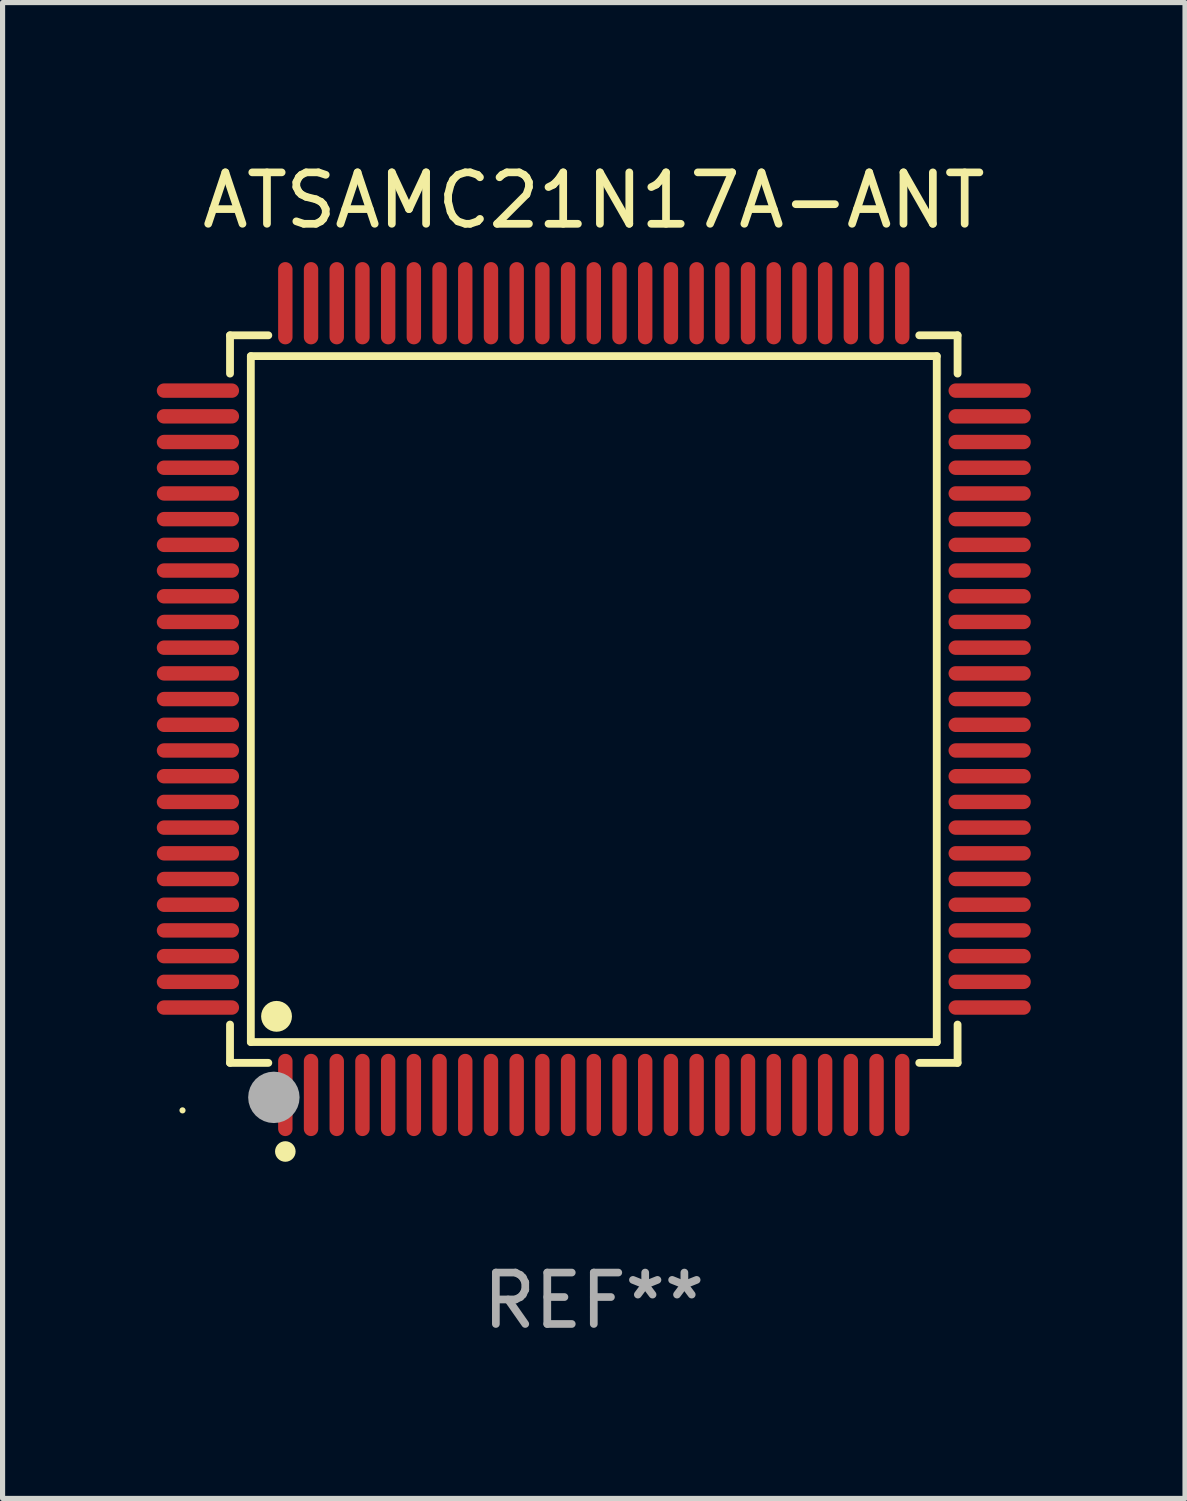
<source format=kicad_pcb>
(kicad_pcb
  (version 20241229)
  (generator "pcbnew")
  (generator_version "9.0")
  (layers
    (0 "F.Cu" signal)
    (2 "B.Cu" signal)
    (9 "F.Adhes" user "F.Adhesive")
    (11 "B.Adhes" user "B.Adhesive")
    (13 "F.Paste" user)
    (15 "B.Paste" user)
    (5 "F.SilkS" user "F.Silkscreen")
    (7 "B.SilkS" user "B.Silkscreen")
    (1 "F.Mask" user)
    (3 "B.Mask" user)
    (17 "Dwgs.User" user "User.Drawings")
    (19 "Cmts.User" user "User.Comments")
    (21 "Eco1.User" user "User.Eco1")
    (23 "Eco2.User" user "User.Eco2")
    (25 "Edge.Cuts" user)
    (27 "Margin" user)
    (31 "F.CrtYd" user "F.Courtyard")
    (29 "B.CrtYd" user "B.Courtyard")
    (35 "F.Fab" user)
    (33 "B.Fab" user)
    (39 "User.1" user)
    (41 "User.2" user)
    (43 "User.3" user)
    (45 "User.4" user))
  (footprint "ATSAMC21N17A-ANT"
    (layer "F.Cu")
    (at 8.5 10.548)
    (property "Reference" "ATSAMC21N17A-ANT" (at 0 -9.7 0) (layer "F.SilkS") (effects (font (size 1 1) (thickness 0.15))))
    (attr through_hole)
    (fp_line (start -7.076 -7.076) (end -6.331 -7.076) (stroke (width 0.152) (type solid)) (layer "F.SilkS"))
    (fp_line (start -7.076 -6.331) (end -7.076 -7.076) (stroke (width 0.152) (type solid)) (layer "F.SilkS"))
    (fp_line (start -7.076 6.331) (end -7.076 7.076) (stroke (width 0.152) (type solid)) (layer "F.SilkS"))
    (fp_line (start -7.076 7.076) (end -6.331 7.076) (stroke (width 0.152) (type solid)) (layer "F.SilkS"))
    (fp_line (start -6.671 -6.671) (end 6.671 -6.671) (stroke (width 0.152) (type solid)) (layer "F.SilkS"))
    (fp_line (start -6.671 6.671) (end -6.671 -6.671) (stroke (width 0.152) (type solid)) (layer "F.SilkS"))
    (fp_line (start 6.671 -6.671) (end 6.671 6.671) (stroke (width 0.152) (type solid)) (layer "F.SilkS"))
    (fp_line (start 6.671 6.671) (end -6.671 6.671) (stroke (width 0.152) (type solid)) (layer "F.SilkS"))
    (fp_line (start 7.076 -7.076) (end 6.331 -7.076) (stroke (width 0.152) (type solid)) (layer "F.SilkS"))
    (fp_line (start 7.076 -6.331) (end 7.076 -7.076) (stroke (width 0.152) (type solid)) (layer "F.SilkS"))
    (fp_line (start 7.076 6.331) (end 7.076 7.076) (stroke (width 0.152) (type solid)) (layer "F.SilkS"))
    (fp_line (start 7.076 7.076) (end 6.331 7.076) (stroke (width 0.152) (type solid)) (layer "F.SilkS"))
    (fp_circle (center -8 8) (end -7.97 8) (stroke (width 0.06) (type solid)) (fill no) (layer "F.SilkS"))
    (fp_circle (center -6.171 6.171) (end -6.021 6.171) (stroke (width 0.3) (type solid)) (fill no) (layer "F.SilkS"))
    (fp_circle (center -6 8.8) (end -5.9 8.8) (stroke (width 0.2) (type solid)) (fill no) (layer "F.SilkS"))
    (fp_circle (center -6.223 7.747) (end -5.973 7.747) (stroke (width 0.5) (type solid)) (fill no) (layer "F.Fab"))
    (fp_text user "REF**" (at 0 11.7 0) (layer "F.Fab") (effects (font (size 1 1) (thickness 0.15))))
    (pad "1" smd oval (at -6 7.7) (size 0.28 1.6) (layers "F.Cu" "F.Mask" "F.Paste"))
    (pad "2" smd oval (at -5.5 7.7) (size 0.28 1.6) (layers "F.Cu" "F.Mask" "F.Paste"))
    (pad "3" smd oval (at -5 7.7) (size 0.28 1.6) (layers "F.Cu" "F.Mask" "F.Paste"))
    (pad "4" smd oval (at -4.5 7.7) (size 0.28 1.6) (layers "F.Cu" "F.Mask" "F.Paste"))
    (pad "5" smd oval (at -4 7.7) (size 0.28 1.6) (layers "F.Cu" "F.Mask" "F.Paste"))
    (pad "6" smd oval (at -3.5 7.7) (size 0.28 1.6) (layers "F.Cu" "F.Mask" "F.Paste"))
    (pad "7" smd oval (at -3 7.7) (size 0.28 1.6) (layers "F.Cu" "F.Mask" "F.Paste"))
    (pad "8" smd oval (at -2.5 7.7) (size 0.28 1.6) (layers "F.Cu" "F.Mask" "F.Paste"))
    (pad "9" smd oval (at -2 7.7) (size 0.28 1.6) (layers "F.Cu" "F.Mask" "F.Paste"))
    (pad "10" smd oval (at -1.5 7.7) (size 0.28 1.6) (layers "F.Cu" "F.Mask" "F.Paste"))
    (pad "11" smd oval (at -1 7.7) (size 0.28 1.6) (layers "F.Cu" "F.Mask" "F.Paste"))
    (pad "12" smd oval (at -0.5 7.7) (size 0.28 1.6) (layers "F.Cu" "F.Mask" "F.Paste"))
    (pad "13" smd oval (at 0 7.7) (size 0.28 1.6) (layers "F.Cu" "F.Mask" "F.Paste"))
    (pad "14" smd oval (at 0.5 7.7) (size 0.28 1.6) (layers "F.Cu" "F.Mask" "F.Paste"))
    (pad "15" smd oval (at 1 7.7) (size 0.28 1.6) (layers "F.Cu" "F.Mask" "F.Paste"))
    (pad "16" smd oval (at 1.5 7.7) (size 0.28 1.6) (layers "F.Cu" "F.Mask" "F.Paste"))
    (pad "17" smd oval (at 2 7.7) (size 0.28 1.6) (layers "F.Cu" "F.Mask" "F.Paste"))
    (pad "18" smd oval (at 2.5 7.7) (size 0.28 1.6) (layers "F.Cu" "F.Mask" "F.Paste"))
    (pad "19" smd oval (at 3 7.7) (size 0.28 1.6) (layers "F.Cu" "F.Mask" "F.Paste"))
    (pad "20" smd oval (at 3.5 7.7) (size 0.28 1.6) (layers "F.Cu" "F.Mask" "F.Paste"))
    (pad "21" smd oval (at 4 7.7) (size 0.28 1.6) (layers "F.Cu" "F.Mask" "F.Paste"))
    (pad "22" smd oval (at 4.5 7.7) (size 0.28 1.6) (layers "F.Cu" "F.Mask" "F.Paste"))
    (pad "23" smd oval (at 5 7.7) (size 0.28 1.6) (layers "F.Cu" "F.Mask" "F.Paste"))
    (pad "24" smd oval (at 5.5 7.7) (size 0.28 1.6) (layers "F.Cu" "F.Mask" "F.Paste"))
    (pad "25" smd oval (at 6 7.7) (size 0.28 1.6) (layers "F.Cu" "F.Mask" "F.Paste"))
    (pad "26" smd oval (at 7.7 6) (size 1.6 0.28) (layers "F.Cu" "F.Mask" "F.Paste"))
    (pad "27" smd oval (at 7.7 5.5) (size 1.6 0.28) (layers "F.Cu" "F.Mask" "F.Paste"))
    (pad "28" smd oval (at 7.7 5) (size 1.6 0.28) (layers "F.Cu" "F.Mask" "F.Paste"))
    (pad "29" smd oval (at 7.7 4.5) (size 1.6 0.28) (layers "F.Cu" "F.Mask" "F.Paste"))
    (pad "30" smd oval (at 7.7 4) (size 1.6 0.28) (layers "F.Cu" "F.Mask" "F.Paste"))
    (pad "31" smd oval (at 7.7 3.5) (size 1.6 0.28) (layers "F.Cu" "F.Mask" "F.Paste"))
    (pad "32" smd oval (at 7.7 3) (size 1.6 0.28) (layers "F.Cu" "F.Mask" "F.Paste"))
    (pad "33" smd oval (at 7.7 2.5) (size 1.6 0.28) (layers "F.Cu" "F.Mask" "F.Paste"))
    (pad "34" smd oval (at 7.7 2) (size 1.6 0.28) (layers "F.Cu" "F.Mask" "F.Paste"))
    (pad "35" smd oval (at 7.7 1.5) (size 1.6 0.28) (layers "F.Cu" "F.Mask" "F.Paste"))
    (pad "36" smd oval (at 7.7 1) (size 1.6 0.28) (layers "F.Cu" "F.Mask" "F.Paste"))
    (pad "37" smd oval (at 7.7 0.5) (size 1.6 0.28) (layers "F.Cu" "F.Mask" "F.Paste"))
    (pad "38" smd oval (at 7.7 0) (size 1.6 0.28) (layers "F.Cu" "F.Mask" "F.Paste"))
    (pad "39" smd oval (at 7.7 -0.5) (size 1.6 0.28) (layers "F.Cu" "F.Mask" "F.Paste"))
    (pad "40" smd oval (at 7.7 -1) (size 1.6 0.28) (layers "F.Cu" "F.Mask" "F.Paste"))
    (pad "41" smd oval (at 7.7 -1.5) (size 1.6 0.28) (layers "F.Cu" "F.Mask" "F.Paste"))
    (pad "42" smd oval (at 7.7 -2) (size 1.6 0.28) (layers "F.Cu" "F.Mask" "F.Paste"))
    (pad "43" smd oval (at 7.7 -2.5) (size 1.6 0.28) (layers "F.Cu" "F.Mask" "F.Paste"))
    (pad "44" smd oval (at 7.7 -3) (size 1.6 0.28) (layers "F.Cu" "F.Mask" "F.Paste"))
    (pad "45" smd oval (at 7.7 -3.5) (size 1.6 0.28) (layers "F.Cu" "F.Mask" "F.Paste"))
    (pad "46" smd oval (at 7.7 -4) (size 1.6 0.28) (layers "F.Cu" "F.Mask" "F.Paste"))
    (pad "47" smd oval (at 7.7 -4.5) (size 1.6 0.28) (layers "F.Cu" "F.Mask" "F.Paste"))
    (pad "48" smd oval (at 7.7 -5) (size 1.6 0.28) (layers "F.Cu" "F.Mask" "F.Paste"))
    (pad "49" smd oval (at 7.7 -5.5) (size 1.6 0.28) (layers "F.Cu" "F.Mask" "F.Paste"))
    (pad "50" smd oval (at 7.7 -6) (size 1.6 0.28) (layers "F.Cu" "F.Mask" "F.Paste"))
    (pad "51" smd oval (at 6 -7.7) (size 0.28 1.6) (layers "F.Cu" "F.Mask" "F.Paste"))
    (pad "52" smd oval (at 5.5 -7.7) (size 0.28 1.6) (layers "F.Cu" "F.Mask" "F.Paste"))
    (pad "53" smd oval (at 5 -7.7) (size 0.28 1.6) (layers "F.Cu" "F.Mask" "F.Paste"))
    (pad "54" smd oval (at 4.5 -7.7) (size 0.28 1.6) (layers "F.Cu" "F.Mask" "F.Paste"))
    (pad "55" smd oval (at 4 -7.7) (size 0.28 1.6) (layers "F.Cu" "F.Mask" "F.Paste"))
    (pad "56" smd oval (at 3.5 -7.7) (size 0.28 1.6) (layers "F.Cu" "F.Mask" "F.Paste"))
    (pad "57" smd oval (at 3 -7.7) (size 0.28 1.6) (layers "F.Cu" "F.Mask" "F.Paste"))
    (pad "58" smd oval (at 2.5 -7.7) (size 0.28 1.6) (layers "F.Cu" "F.Mask" "F.Paste"))
    (pad "59" smd oval (at 2 -7.7) (size 0.28 1.6) (layers "F.Cu" "F.Mask" "F.Paste"))
    (pad "60" smd oval (at 1.5 -7.7) (size 0.28 1.6) (layers "F.Cu" "F.Mask" "F.Paste"))
    (pad "61" smd oval (at 1 -7.7) (size 0.28 1.6) (layers "F.Cu" "F.Mask" "F.Paste"))
    (pad "62" smd oval (at 0.5 -7.7) (size 0.28 1.6) (layers "F.Cu" "F.Mask" "F.Paste"))
    (pad "63" smd oval (at 0 -7.7) (size 0.28 1.6) (layers "F.Cu" "F.Mask" "F.Paste"))
    (pad "64" smd oval (at -0.5 -7.7) (size 0.28 1.6) (layers "F.Cu" "F.Mask" "F.Paste"))
    (pad "65" smd oval (at -1 -7.7) (size 0.28 1.6) (layers "F.Cu" "F.Mask" "F.Paste"))
    (pad "66" smd oval (at -1.5 -7.7) (size 0.28 1.6) (layers "F.Cu" "F.Mask" "F.Paste"))
    (pad "67" smd oval (at -2 -7.7) (size 0.28 1.6) (layers "F.Cu" "F.Mask" "F.Paste"))
    (pad "68" smd oval (at -2.5 -7.7) (size 0.28 1.6) (layers "F.Cu" "F.Mask" "F.Paste"))
    (pad "69" smd oval (at -3 -7.7) (size 0.28 1.6) (layers "F.Cu" "F.Mask" "F.Paste"))
    (pad "70" smd oval (at -3.5 -7.7) (size 0.28 1.6) (layers "F.Cu" "F.Mask" "F.Paste"))
    (pad "71" smd oval (at -4 -7.7) (size 0.28 1.6) (layers "F.Cu" "F.Mask" "F.Paste"))
    (pad "72" smd oval (at -4.5 -7.7) (size 0.28 1.6) (layers "F.Cu" "F.Mask" "F.Paste"))
    (pad "73" smd oval (at -5 -7.7) (size 0.28 1.6) (layers "F.Cu" "F.Mask" "F.Paste"))
    (pad "74" smd oval (at -5.5 -7.7) (size 0.28 1.6) (layers "F.Cu" "F.Mask" "F.Paste"))
    (pad "75" smd oval (at -6 -7.7) (size 0.28 1.6) (layers "F.Cu" "F.Mask" "F.Paste"))
    (pad "76" smd oval (at -7.7 -6) (size 1.6 0.28) (layers "F.Cu" "F.Mask" "F.Paste"))
    (pad "77" smd oval (at -7.7 -5.5) (size 1.6 0.28) (layers "F.Cu" "F.Mask" "F.Paste"))
    (pad "78" smd oval (at -7.7 -5) (size 1.6 0.28) (layers "F.Cu" "F.Mask" "F.Paste"))
    (pad "79" smd oval (at -7.7 -4.5) (size 1.6 0.28) (layers "F.Cu" "F.Mask" "F.Paste"))
    (pad "80" smd oval (at -7.7 -4) (size 1.6 0.28) (layers "F.Cu" "F.Mask" "F.Paste"))
    (pad "81" smd oval (at -7.7 -3.5) (size 1.6 0.28) (layers "F.Cu" "F.Mask" "F.Paste"))
    (pad "82" smd oval (at -7.7 -3) (size 1.6 0.28) (layers "F.Cu" "F.Mask" "F.Paste"))
    (pad "83" smd oval (at -7.7 -2.5) (size 1.6 0.28) (layers "F.Cu" "F.Mask" "F.Paste"))
    (pad "84" smd oval (at -7.7 -2) (size 1.6 0.28) (layers "F.Cu" "F.Mask" "F.Paste"))
    (pad "85" smd oval (at -7.7 -1.5) (size 1.6 0.28) (layers "F.Cu" "F.Mask" "F.Paste"))
    (pad "86" smd oval (at -7.7 -1) (size 1.6 0.28) (layers "F.Cu" "F.Mask" "F.Paste"))
    (pad "87" smd oval (at -7.7 -0.5) (size 1.6 0.28) (layers "F.Cu" "F.Mask" "F.Paste"))
    (pad "88" smd oval (at -7.7 0) (size 1.6 0.28) (layers "F.Cu" "F.Mask" "F.Paste"))
    (pad "89" smd oval (at -7.7 0.5) (size 1.6 0.28) (layers "F.Cu" "F.Mask" "F.Paste"))
    (pad "90" smd oval (at -7.7 1) (size 1.6 0.28) (layers "F.Cu" "F.Mask" "F.Paste"))
    (pad "91" smd oval (at -7.7 1.5) (size 1.6 0.28) (layers "F.Cu" "F.Mask" "F.Paste"))
    (pad "92" smd oval (at -7.7 2) (size 1.6 0.28) (layers "F.Cu" "F.Mask" "F.Paste"))
    (pad "93" smd oval (at -7.7 2.5) (size 1.6 0.28) (layers "F.Cu" "F.Mask" "F.Paste"))
    (pad "94" smd oval (at -7.7 3) (size 1.6 0.28) (layers "F.Cu" "F.Mask" "F.Paste"))
    (pad "95" smd oval (at -7.7 3.5) (size 1.6 0.28) (layers "F.Cu" "F.Mask" "F.Paste"))
    (pad "96" smd oval (at -7.7 4) (size 1.6 0.28) (layers "F.Cu" "F.Mask" "F.Paste"))
    (pad "97" smd oval (at -7.7 4.5) (size 1.6 0.28) (layers "F.Cu" "F.Mask" "F.Paste"))
    (pad "98" smd oval (at -7.7 5) (size 1.6 0.28) (layers "F.Cu" "F.Mask" "F.Paste"))
    (pad "99" smd oval (at -7.7 5.5) (size 1.6 0.28) (layers "F.Cu" "F.Mask" "F.Paste"))
    (pad "100" smd oval (at -7.7 6) (size 1.6 0.28) (layers "F.Cu" "F.Mask" "F.Paste")))
  (gr_rect
    (start -3 -3)
    (end 20 26.097)
    (stroke (width 0.1) (type default))
    (fill no)
    (layer "Edge.Cuts")))
</source>
